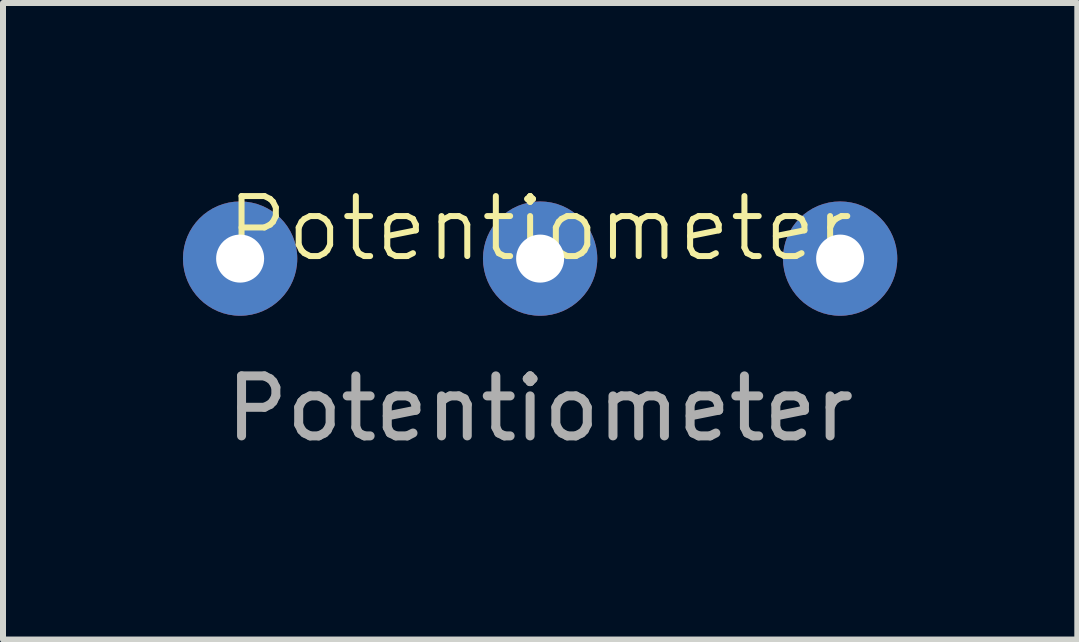
<source format=kicad_pcb>
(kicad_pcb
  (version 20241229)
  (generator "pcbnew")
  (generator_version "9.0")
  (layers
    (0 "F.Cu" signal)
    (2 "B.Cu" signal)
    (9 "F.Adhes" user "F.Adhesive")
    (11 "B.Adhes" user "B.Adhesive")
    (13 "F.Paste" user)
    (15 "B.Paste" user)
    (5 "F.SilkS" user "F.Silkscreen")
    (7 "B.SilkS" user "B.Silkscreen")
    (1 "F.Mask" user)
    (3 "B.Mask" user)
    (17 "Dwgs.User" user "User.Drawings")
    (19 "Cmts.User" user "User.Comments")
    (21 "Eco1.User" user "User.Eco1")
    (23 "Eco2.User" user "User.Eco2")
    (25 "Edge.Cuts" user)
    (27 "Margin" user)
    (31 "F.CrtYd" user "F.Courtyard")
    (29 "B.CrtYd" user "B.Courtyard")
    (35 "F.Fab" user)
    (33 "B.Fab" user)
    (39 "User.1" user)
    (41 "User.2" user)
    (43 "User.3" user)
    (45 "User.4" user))
  (footprint "Potentiometer"
    (layer "F.Cu")
    (at 5.952 1.26)
    (property "Reference" "Potentiometer" (at 0 -0.5 0) (unlocked yes) (layer "F.SilkS") (effects (font (size 1 1) (thickness 0.1))))
    (attr smd)
    (fp_text user "${REFERENCE}" (at 0 2.5 0) (unlocked yes) (layer "F.Fab") (effects (font (size 1 1) (thickness 0.15))))
    (pad "1" thru_hole circle (at -5 0) (size 1.905 1.905) (drill 0.8) (layers "*.Cu" "*.Mask"))
    (pad "2" thru_hole circle (at 0 0) (size 1.905 1.905) (drill 0.8) (layers "*.Cu" "*.Mask"))
    (pad "3" thru_hole circle (at 5 0) (size 1.905 1.905) (drill 0.8) (layers "*.Cu" "*.Mask")))
  (gr_rect
    (start -3 -3)
    (end 14.905 7.609)
    (stroke (width 0.1) (type default))
    (fill no)
    (layer "Edge.Cuts")))
</source>
